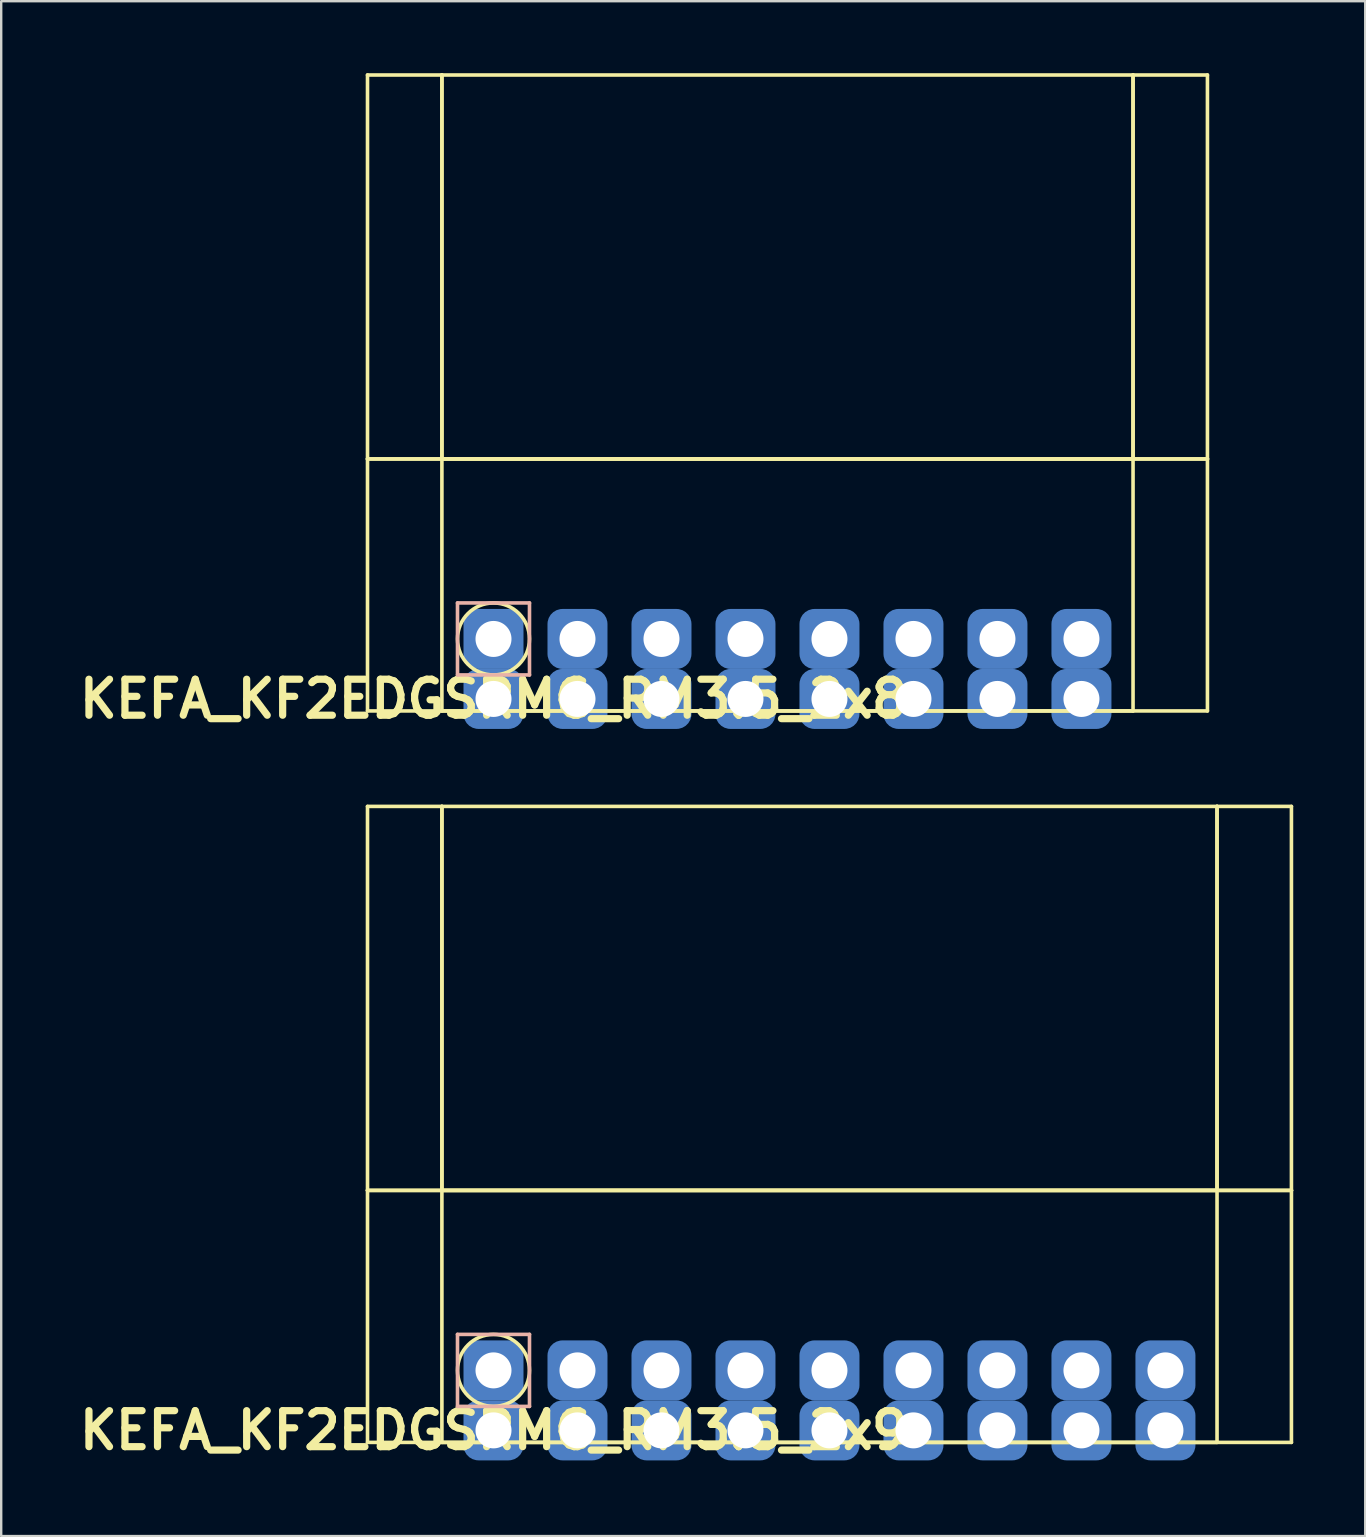
<source format=kicad_pcb>
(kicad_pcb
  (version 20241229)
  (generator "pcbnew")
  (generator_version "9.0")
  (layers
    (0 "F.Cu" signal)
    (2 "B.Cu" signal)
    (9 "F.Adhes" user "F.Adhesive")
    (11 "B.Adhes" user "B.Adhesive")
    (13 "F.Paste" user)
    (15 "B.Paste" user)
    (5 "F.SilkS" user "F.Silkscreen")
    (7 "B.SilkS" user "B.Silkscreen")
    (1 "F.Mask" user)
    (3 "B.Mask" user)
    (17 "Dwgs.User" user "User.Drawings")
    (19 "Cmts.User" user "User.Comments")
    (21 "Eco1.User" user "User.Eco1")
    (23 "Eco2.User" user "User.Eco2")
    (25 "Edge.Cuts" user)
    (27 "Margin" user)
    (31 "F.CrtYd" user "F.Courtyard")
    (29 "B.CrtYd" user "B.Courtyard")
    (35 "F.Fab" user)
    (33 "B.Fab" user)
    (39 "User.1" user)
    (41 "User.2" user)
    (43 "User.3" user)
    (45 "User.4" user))
  (footprint "KEFA_KF2EDGSRMG_RM3.5_2x9"
    (layer "F.Cu")
    (at 17.514 54.054)
    (property "Reference" "KEFA_KF2EDGSRMG_RM3.5_2x9" (at 0 2.5 0) (layer "F.SilkS") (effects (font (size 1.5 1.5) (thickness 0.3))))
    (attr through_hole)
    (fp_line (start -5.25 -23.5) (end -5.25 -7.5) (stroke (width 0.15) (type solid)) (layer "F.SilkS"))
    (fp_line (start -5.25 -7.5) (end -5.25 3) (stroke (width 0.15) (type solid)) (layer "F.SilkS"))
    (fp_line (start -5.25 -7.5) (end -2.15 -7.5) (stroke (width 0.15) (type solid)) (layer "F.SilkS"))
    (fp_line (start -5.25 3) (end 33.25 3) (stroke (width 0.15) (type solid)) (layer "F.SilkS"))
    (fp_line (start -2.15 -23.5) (end -5.25 -23.5) (stroke (width 0.15) (type solid)) (layer "F.SilkS"))
    (fp_line (start -2.15 -23.5) (end -2.15 -7.5) (stroke (width 0.15) (type solid)) (layer "F.SilkS"))
    (fp_line (start -2.15 -7.5) (end -2.15 -23.5) (stroke (width 0.15) (type solid)) (layer "F.SilkS"))
    (fp_line (start -2.15 -7.5) (end -2.15 3) (stroke (width 0.15) (type solid)) (layer "F.SilkS"))
    (fp_line (start -2.15 -7.5) (end 30.15 -7.5) (stroke (width 0.15) (type solid)) (layer "F.SilkS"))
    (fp_line (start -2.15 3) (end 30.15 3) (stroke (width 0.15) (type solid)) (layer "F.SilkS"))
    (fp_line (start 30.15 -23.5) (end -2.15 -23.5) (stroke (width 0.15) (type solid)) (layer "F.SilkS"))
    (fp_line (start 30.15 -23.5) (end 30.15 -7.5) (stroke (width 0.15) (type solid)) (layer "F.SilkS"))
    (fp_line (start 30.15 -7.5) (end -2.15 -7.5) (stroke (width 0.15) (type solid)) (layer "F.SilkS"))
    (fp_line (start 30.15 -7.5) (end 30.15 -23.5) (stroke (width 0.15) (type solid)) (layer "F.SilkS"))
    (fp_line (start 30.15 -7.5) (end 33.25 -7.5) (stroke (width 0.15) (type solid)) (layer "F.SilkS"))
    (fp_line (start 30.15 3) (end 30.15 -7.5) (stroke (width 0.15) (type solid)) (layer "F.SilkS"))
    (fp_line (start 33.25 -23.5) (end 30.15 -23.5) (stroke (width 0.15) (type solid)) (layer "F.SilkS"))
    (fp_line (start 33.25 -7.5) (end -5.25 -7.5) (stroke (width 0.15) (type solid)) (layer "F.SilkS"))
    (fp_line (start 33.25 -7.5) (end 33.25 -23.5) (stroke (width 0.15) (type solid)) (layer "F.SilkS"))
    (fp_line (start 33.25 3) (end 33.25 -7.5) (stroke (width 0.15) (type solid)) (layer "F.SilkS"))
    (fp_circle (center 0 0) (end 1.5 0) (stroke (width 0.15) (type solid)) (fill no) (layer "F.SilkS"))
    (fp_line (start -1.5 -1.5) (end 1.5 -1.5) (stroke (width 0.15) (type solid)) (layer "B.SilkS"))
    (fp_line (start -1.5 1.5) (end -1.5 -1.5) (stroke (width 0.15) (type solid)) (layer "B.SilkS"))
    (fp_line (start 1.5 -1.5) (end 1.5 1.5) (stroke (width 0.15) (type solid)) (layer "B.SilkS"))
    (fp_line (start 1.5 1.5) (end -1.5 1.5) (stroke (width 0.15) (type solid)) (layer "B.SilkS"))
    (pad "1" thru_hole circle (at 0 0) (size 1.8 1.8) (drill 1.5) (layers "*.Cu" "*.Mask"))
    (pad "1" smd roundrect (at 0 0) (size 2.5 2.5) (layers "B.Cu" "B.Mask") (roundrect_rratio 0.25))
    (pad "2" thru_hole circle (at 3.5 0) (size 1.8 1.8) (drill 1.5) (layers "*.Cu" "*.Mask"))
    (pad "2" smd roundrect (at 3.5 0) (size 2.5 2.5) (layers "B.Cu" "B.Mask") (roundrect_rratio 0.25))
    (pad "3" thru_hole circle (at 7 0) (size 1.8 1.8) (drill 1.5) (layers "*.Cu" "*.Mask"))
    (pad "3" smd roundrect (at 7 0) (size 2.5 2.5) (layers "B.Cu" "B.Mask") (roundrect_rratio 0.25))
    (pad "4" thru_hole circle (at 10.5 0) (size 1.8 1.8) (drill 1.5) (layers "*.Cu" "*.Mask"))
    (pad "4" smd roundrect (at 10.5 0) (size 2.5 2.5) (layers "B.Cu" "B.Mask") (roundrect_rratio 0.25))
    (pad "5" thru_hole circle (at 14 0) (size 1.8 1.8) (drill 1.5) (layers "*.Cu" "*.Mask"))
    (pad "5" smd roundrect (at 14 0) (size 2.5 2.5) (layers "B.Cu" "B.Mask") (roundrect_rratio 0.25))
    (pad "6" thru_hole circle (at 17.5 0) (size 1.8 1.8) (drill 1.5) (layers "*.Cu" "*.Mask"))
    (pad "6" smd roundrect (at 17.5 0) (size 2.5 2.5) (layers "B.Cu" "B.Mask") (roundrect_rratio 0.25))
    (pad "7" thru_hole circle (at 21 0) (size 1.8 1.8) (drill 1.5) (layers "*.Cu" "*.Mask"))
    (pad "7" smd roundrect (at 21 0) (size 2.5 2.5) (layers "B.Cu" "B.Mask") (roundrect_rratio 0.25))
    (pad "8" thru_hole circle (at 24.5 0) (size 1.8 1.8) (drill 1.5) (layers "*.Cu" "*.Mask"))
    (pad "8" smd roundrect (at 24.5 0) (size 2.5 2.5) (layers "B.Cu" "B.Mask") (roundrect_rratio 0.25))
    (pad "9" thru_hole circle (at 28 0) (size 1.8 1.8) (drill 1.5) (layers "*.Cu" "*.Mask"))
    (pad "9" smd roundrect (at 28 0) (size 2.5 2.5) (layers "B.Cu" "B.Mask") (roundrect_rratio 0.25))
    (pad "10" thru_hole circle (at 0 2.5) (size 1.8 1.8) (drill 1.5) (layers "*.Cu" "*.Mask"))
    (pad "10" smd roundrect (at 0 2.5) (size 2.5 2.5) (layers "B.Cu" "B.Mask") (roundrect_rratio 0.25))
    (pad "11" thru_hole circle (at 3.5 2.5) (size 1.8 1.8) (drill 1.5) (layers "*.Cu" "*.Mask"))
    (pad "11" smd roundrect (at 3.5 2.5) (size 2.5 2.5) (layers "B.Cu" "B.Mask") (roundrect_rratio 0.25))
    (pad "12" thru_hole circle (at 7 2.5) (size 1.8 1.8) (drill 1.5) (layers "*.Cu" "*.Mask"))
    (pad "12" smd roundrect (at 7 2.5) (size 2.5 2.5) (layers "B.Cu" "B.Mask") (roundrect_rratio 0.25))
    (pad "13" thru_hole circle (at 10.5 2.5) (size 1.8 1.8) (drill 1.5) (layers "*.Cu" "*.Mask"))
    (pad "13" smd roundrect (at 10.5 2.5) (size 2.5 2.5) (layers "B.Cu" "B.Mask") (roundrect_rratio 0.25))
    (pad "14" thru_hole circle (at 14 2.5) (size 1.8 1.8) (drill 1.5) (layers "*.Cu" "*.Mask"))
    (pad "14" smd roundrect (at 14 2.5) (size 2.5 2.5) (layers "B.Cu" "B.Mask") (roundrect_rratio 0.25))
    (pad "15" thru_hole circle (at 17.5 2.5) (size 1.8 1.8) (drill 1.5) (layers "*.Cu" "*.Mask"))
    (pad "15" smd roundrect (at 17.5 2.5) (size 2.5 2.5) (layers "B.Cu" "B.Mask") (roundrect_rratio 0.25))
    (pad "16" thru_hole circle (at 21 2.5) (size 1.8 1.8) (drill 1.5) (layers "*.Cu" "*.Mask"))
    (pad "16" smd roundrect (at 21 2.5) (size 2.5 2.5) (layers "B.Cu" "B.Mask") (roundrect_rratio 0.25))
    (pad "17" thru_hole circle (at 24.5 2.5) (size 1.8 1.8) (drill 1.5) (layers "*.Cu" "*.Mask"))
    (pad "17" smd roundrect (at 24.5 2.5) (size 2.5 2.5) (layers "B.Cu" "B.Mask") (roundrect_rratio 0.25))
    (pad "18" thru_hole circle (at 28 2.5) (size 1.8 1.8) (drill 1.5) (layers "*.Cu" "*.Mask"))
    (pad "18" smd roundrect (at 28 2.5) (size 2.5 2.5) (layers "B.Cu" "B.Mask") (roundrect_rratio 0.25)))
  (footprint "KEFA_KF2EDGSRMG_RM3.5_2x8"
    (layer "F.Cu")
    (at 17.514 23.575)
    (property "Reference" "KEFA_KF2EDGSRMG_RM3.5_2x8" (at 0 2.5 0) (layer "F.SilkS") (effects (font (size 1.5 1.5) (thickness 0.3))))
    (attr through_hole)
    (fp_line (start -5.25 -23.5) (end -5.25 -7.5) (stroke (width 0.15) (type solid)) (layer "F.SilkS"))
    (fp_line (start -5.25 -7.5) (end -5.25 3) (stroke (width 0.15) (type solid)) (layer "F.SilkS"))
    (fp_line (start -5.25 -7.5) (end -2.15 -7.5) (stroke (width 0.15) (type solid)) (layer "F.SilkS"))
    (fp_line (start -5.25 3) (end 29.75 3) (stroke (width 0.15) (type solid)) (layer "F.SilkS"))
    (fp_line (start -2.15 -23.5) (end -5.25 -23.5) (stroke (width 0.15) (type solid)) (layer "F.SilkS"))
    (fp_line (start -2.15 -23.5) (end -2.15 -7.5) (stroke (width 0.15) (type solid)) (layer "F.SilkS"))
    (fp_line (start -2.15 -7.5) (end -2.15 -23.5) (stroke (width 0.15) (type solid)) (layer "F.SilkS"))
    (fp_line (start -2.15 -7.5) (end -2.15 3) (stroke (width 0.15) (type solid)) (layer "F.SilkS"))
    (fp_line (start -2.15 -7.5) (end 26.65 -7.5) (stroke (width 0.15) (type solid)) (layer "F.SilkS"))
    (fp_line (start -2.15 3) (end 26.65 3) (stroke (width 0.15) (type solid)) (layer "F.SilkS"))
    (fp_line (start 26.65 -23.5) (end -2.15 -23.5) (stroke (width 0.15) (type solid)) (layer "F.SilkS"))
    (fp_line (start 26.65 -23.5) (end 26.65 -7.5) (stroke (width 0.15) (type solid)) (layer "F.SilkS"))
    (fp_line (start 26.65 -7.5) (end -2.15 -7.5) (stroke (width 0.15) (type solid)) (layer "F.SilkS"))
    (fp_line (start 26.65 -7.5) (end 26.65 -23.5) (stroke (width 0.15) (type solid)) (layer "F.SilkS"))
    (fp_line (start 26.65 -7.5) (end 29.75 -7.5) (stroke (width 0.15) (type solid)) (layer "F.SilkS"))
    (fp_line (start 26.65 3) (end 26.65 -7.5) (stroke (width 0.15) (type solid)) (layer "F.SilkS"))
    (fp_line (start 29.75 -23.5) (end 26.65 -23.5) (stroke (width 0.15) (type solid)) (layer "F.SilkS"))
    (fp_line (start 29.75 -7.5) (end -5.25 -7.5) (stroke (width 0.15) (type solid)) (layer "F.SilkS"))
    (fp_line (start 29.75 -7.5) (end 29.75 -23.5) (stroke (width 0.15) (type solid)) (layer "F.SilkS"))
    (fp_line (start 29.75 3) (end 29.75 -7.5) (stroke (width 0.15) (type solid)) (layer "F.SilkS"))
    (fp_circle (center 0 0) (end 1.5 0) (stroke (width 0.15) (type solid)) (fill no) (layer "F.SilkS"))
    (fp_line (start -1.5 -1.5) (end 1.5 -1.5) (stroke (width 0.15) (type solid)) (layer "B.SilkS"))
    (fp_line (start -1.5 1.5) (end -1.5 -1.5) (stroke (width 0.15) (type solid)) (layer "B.SilkS"))
    (fp_line (start 1.5 -1.5) (end 1.5 1.5) (stroke (width 0.15) (type solid)) (layer "B.SilkS"))
    (fp_line (start 1.5 1.5) (end -1.5 1.5) (stroke (width 0.15) (type solid)) (layer "B.SilkS"))
    (pad "1" thru_hole circle (at 0 0) (size 1.8 1.8) (drill 1.5) (layers "*.Cu" "*.Mask"))
    (pad "1" smd roundrect (at 0 0) (size 2.5 2.5) (layers "B.Cu" "B.Mask") (roundrect_rratio 0.25))
    (pad "2" thru_hole circle (at 3.5 0) (size 1.8 1.8) (drill 1.5) (layers "*.Cu" "*.Mask"))
    (pad "2" smd roundrect (at 3.5 0) (size 2.5 2.5) (layers "B.Cu" "B.Mask") (roundrect_rratio 0.25))
    (pad "3" thru_hole circle (at 7 0) (size 1.8 1.8) (drill 1.5) (layers "*.Cu" "*.Mask"))
    (pad "3" smd roundrect (at 7 0) (size 2.5 2.5) (layers "B.Cu" "B.Mask") (roundrect_rratio 0.25))
    (pad "4" thru_hole circle (at 10.5 0) (size 1.8 1.8) (drill 1.5) (layers "*.Cu" "*.Mask"))
    (pad "4" smd roundrect (at 10.5 0) (size 2.5 2.5) (layers "B.Cu" "B.Mask") (roundrect_rratio 0.25))
    (pad "5" thru_hole circle (at 14 0) (size 1.8 1.8) (drill 1.5) (layers "*.Cu" "*.Mask"))
    (pad "5" smd roundrect (at 14 0) (size 2.5 2.5) (layers "B.Cu" "B.Mask") (roundrect_rratio 0.25))
    (pad "6" thru_hole circle (at 17.5 0) (size 1.8 1.8) (drill 1.5) (layers "*.Cu" "*.Mask"))
    (pad "6" smd roundrect (at 17.5 0) (size 2.5 2.5) (layers "B.Cu" "B.Mask") (roundrect_rratio 0.25))
    (pad "7" thru_hole circle (at 21 0) (size 1.8 1.8) (drill 1.5) (layers "*.Cu" "*.Mask"))
    (pad "7" smd roundrect (at 21 0) (size 2.5 2.5) (layers "B.Cu" "B.Mask") (roundrect_rratio 0.25))
    (pad "8" thru_hole circle (at 24.5 0) (size 1.8 1.8) (drill 1.5) (layers "*.Cu" "*.Mask"))
    (pad "8" smd roundrect (at 24.5 0) (size 2.5 2.5) (layers "B.Cu" "B.Mask") (roundrect_rratio 0.25))
    (pad "9" thru_hole circle (at 0 2.5) (size 1.8 1.8) (drill 1.5) (layers "*.Cu" "*.Mask"))
    (pad "9" smd roundrect (at 0 2.5) (size 2.5 2.5) (layers "B.Cu" "B.Mask") (roundrect_rratio 0.25))
    (pad "10" thru_hole circle (at 3.5 2.5) (size 1.8 1.8) (drill 1.5) (layers "*.Cu" "*.Mask"))
    (pad "10" smd roundrect (at 3.5 2.5) (size 2.5 2.5) (layers "B.Cu" "B.Mask") (roundrect_rratio 0.25))
    (pad "11" thru_hole circle (at 7 2.5) (size 1.8 1.8) (drill 1.5) (layers "*.Cu" "*.Mask"))
    (pad "11" smd roundrect (at 7 2.5) (size 2.5 2.5) (layers "B.Cu" "B.Mask") (roundrect_rratio 0.25))
    (pad "12" thru_hole circle (at 10.5 2.5) (size 1.8 1.8) (drill 1.5) (layers "*.Cu" "*.Mask"))
    (pad "12" smd roundrect (at 10.5 2.5) (size 2.5 2.5) (layers "B.Cu" "B.Mask") (roundrect_rratio 0.25))
    (pad "13" thru_hole circle (at 14 2.5) (size 1.8 1.8) (drill 1.5) (layers "*.Cu" "*.Mask"))
    (pad "13" smd roundrect (at 14 2.5) (size 2.5 2.5) (layers "B.Cu" "B.Mask") (roundrect_rratio 0.25))
    (pad "14" thru_hole circle (at 17.5 2.5) (size 1.8 1.8) (drill 1.5) (layers "*.Cu" "*.Mask"))
    (pad "14" smd roundrect (at 17.5 2.5) (size 2.5 2.5) (layers "B.Cu" "B.Mask") (roundrect_rratio 0.25))
    (pad "15" thru_hole circle (at 21 2.5) (size 1.8 1.8) (drill 1.5) (layers "*.Cu" "*.Mask"))
    (pad "15" smd roundrect (at 21 2.5) (size 2.5 2.5) (layers "B.Cu" "B.Mask") (roundrect_rratio 0.25))
    (pad "16" thru_hole circle (at 24.5 2.5) (size 1.8 1.8) (drill 1.5) (layers "*.Cu" "*.Mask"))
    (pad "16" smd roundrect (at 24.5 2.5) (size 2.5 2.5) (layers "B.Cu" "B.Mask") (roundrect_rratio 0.25)))
  (gr_rect
    (start -3 -3)
    (end 53.839 60.958)
    (stroke (width 0.1) (type default))
    (fill no)
    (layer "Edge.Cuts")))
</source>
